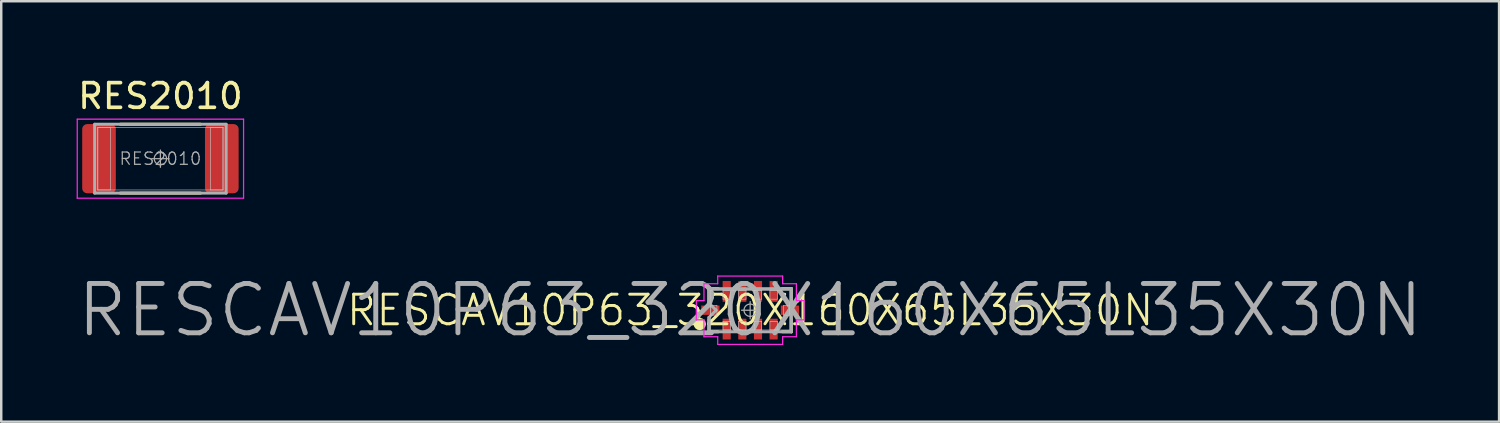
<source format=kicad_pcb>
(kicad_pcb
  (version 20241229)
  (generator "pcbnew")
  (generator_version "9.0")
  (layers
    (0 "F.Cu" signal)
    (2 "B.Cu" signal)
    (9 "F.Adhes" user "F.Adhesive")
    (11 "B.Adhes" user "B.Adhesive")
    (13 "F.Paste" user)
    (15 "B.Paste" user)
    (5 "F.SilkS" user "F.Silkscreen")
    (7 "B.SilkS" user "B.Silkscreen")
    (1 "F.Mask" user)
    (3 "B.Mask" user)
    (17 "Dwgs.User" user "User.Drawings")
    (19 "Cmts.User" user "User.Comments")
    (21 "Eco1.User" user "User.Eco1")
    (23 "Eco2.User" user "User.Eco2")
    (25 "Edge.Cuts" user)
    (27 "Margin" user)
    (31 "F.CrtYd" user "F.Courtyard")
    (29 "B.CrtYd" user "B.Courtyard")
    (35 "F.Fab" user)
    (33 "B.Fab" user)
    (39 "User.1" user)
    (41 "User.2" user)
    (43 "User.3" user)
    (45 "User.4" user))
  (footprint "RESCAV10P63_320X160X65L35X30N"
    (layer "F.Cu")
    (at 27.386 9.537)
    (property "Reference" "RESCAV10P63_320X160X65L35X30N" (at 0 0 0) (layer "F.SilkS") (effects (font (size 1.2 1.2) (thickness 0.12))))
    (attr smd)
    (fp_line (start -1.675 -0.875) (end -1.297 -0.875) (stroke (width 0.12) (type solid)) (layer "F.SilkS"))
    (fp_line (start -1.675 -0.37) (end -1.675 -0.875) (stroke (width 0.12) (type solid)) (layer "F.SilkS"))
    (fp_line (start -1.675 0.875) (end -1.675 0.37) (stroke (width 0.12) (type solid)) (layer "F.SilkS"))
    (fp_line (start -1.297 0.875) (end -1.675 0.875) (stroke (width 0.12) (type solid)) (layer "F.SilkS"))
    (fp_line (start 1.297 -0.875) (end 1.675 -0.875) (stroke (width 0.12) (type solid)) (layer "F.SilkS"))
    (fp_line (start 1.675 -0.875) (end 1.675 -0.37) (stroke (width 0.12) (type solid)) (layer "F.SilkS"))
    (fp_line (start 1.675 0.37) (end 1.675 0.875) (stroke (width 0.12) (type solid)) (layer "F.SilkS"))
    (fp_line (start 1.675 0.875) (end 1.297 0.875) (stroke (width 0.12) (type solid)) (layer "F.SilkS"))
    (fp_circle (center -2.045 0.56) (end -2.045 0.685) (stroke (width 0.25) (type solid)) (fill no) (layer "F.SilkS"))
    (fp_line (start -1.6 -0.8) (end 1.6 -0.8) (stroke (width 0.025) (type solid)) (layer "Dwgs.User"))
    (fp_line (start -1.6 -0.2) (end -1.35 -0.2) (stroke (width 0.025) (type solid)) (layer "Dwgs.User"))
    (fp_line (start -1.6 0.2) (end -1.6 -0.2) (stroke (width 0.025) (type solid)) (layer "Dwgs.User"))
    (fp_line (start -1.6 0.8) (end -1.6 -0.8) (stroke (width 0.025) (type solid)) (layer "Dwgs.User"))
    (fp_line (start -1.35 -0.2) (end -1.35 0.2) (stroke (width 0.025) (type solid)) (layer "Dwgs.User"))
    (fp_line (start -1.35 0.2) (end -1.6 0.2) (stroke (width 0.025) (type solid)) (layer "Dwgs.User"))
    (fp_line (start -1.102 -0.8) (end -0.802 -0.8) (stroke (width 0.025) (type solid)) (layer "Dwgs.User"))
    (fp_line (start -1.102 -0.45) (end -1.102 -0.8) (stroke (width 0.025) (type solid)) (layer "Dwgs.User"))
    (fp_line (start -1.102 0.45) (end -0.802 0.45) (stroke (width 0.025) (type solid)) (layer "Dwgs.User"))
    (fp_line (start -1.102 0.8) (end -1.102 0.45) (stroke (width 0.025) (type solid)) (layer "Dwgs.User"))
    (fp_line (start -0.802 -0.8) (end -0.802 -0.45) (stroke (width 0.025) (type solid)) (layer "Dwgs.User"))
    (fp_line (start -0.802 -0.45) (end -1.102 -0.45) (stroke (width 0.025) (type solid)) (layer "Dwgs.User"))
    (fp_line (start -0.802 0.45) (end -0.802 0.8) (stroke (width 0.025) (type solid)) (layer "Dwgs.User"))
    (fp_line (start -0.802 0.8) (end -1.102 0.8) (stroke (width 0.025) (type solid)) (layer "Dwgs.User"))
    (fp_line (start -0.468 -0.8) (end -0.168 -0.8) (stroke (width 0.025) (type solid)) (layer "Dwgs.User"))
    (fp_line (start -0.468 -0.45) (end -0.468 -0.8) (stroke (width 0.025) (type solid)) (layer "Dwgs.User"))
    (fp_line (start -0.468 0.45) (end -0.168 0.45) (stroke (width 0.025) (type solid)) (layer "Dwgs.User"))
    (fp_line (start -0.468 0.8) (end -0.468 0.45) (stroke (width 0.025) (type solid)) (layer "Dwgs.User"))
    (fp_line (start -0.168 -0.8) (end -0.168 -0.45) (stroke (width 0.025) (type solid)) (layer "Dwgs.User"))
    (fp_line (start -0.168 -0.45) (end -0.468 -0.45) (stroke (width 0.025) (type solid)) (layer "Dwgs.User"))
    (fp_line (start -0.168 0.45) (end -0.168 0.8) (stroke (width 0.025) (type solid)) (layer "Dwgs.User"))
    (fp_line (start -0.168 0.8) (end -0.468 0.8) (stroke (width 0.025) (type solid)) (layer "Dwgs.User"))
    (fp_line (start 0.168 -0.8) (end 0.468 -0.8) (stroke (width 0.025) (type solid)) (layer "Dwgs.User"))
    (fp_line (start 0.168 -0.45) (end 0.168 -0.8) (stroke (width 0.025) (type solid)) (layer "Dwgs.User"))
    (fp_line (start 0.168 0.45) (end 0.468 0.45) (stroke (width 0.025) (type solid)) (layer "Dwgs.User"))
    (fp_line (start 0.168 0.8) (end 0.168 0.45) (stroke (width 0.025) (type solid)) (layer "Dwgs.User"))
    (fp_line (start 0.468 -0.8) (end 0.468 -0.45) (stroke (width 0.025) (type solid)) (layer "Dwgs.User"))
    (fp_line (start 0.468 -0.45) (end 0.168 -0.45) (stroke (width 0.025) (type solid)) (layer "Dwgs.User"))
    (fp_line (start 0.468 0.45) (end 0.468 0.8) (stroke (width 0.025) (type solid)) (layer "Dwgs.User"))
    (fp_line (start 0.468 0.8) (end 0.168 0.8) (stroke (width 0.025) (type solid)) (layer "Dwgs.User"))
    (fp_line (start 0.802 -0.8) (end 1.102 -0.8) (stroke (width 0.025) (type solid)) (layer "Dwgs.User"))
    (fp_line (start 0.802 -0.45) (end 0.802 -0.8) (stroke (width 0.025) (type solid)) (layer "Dwgs.User"))
    (fp_line (start 0.802 0.45) (end 1.102 0.45) (stroke (width 0.025) (type solid)) (layer "Dwgs.User"))
    (fp_line (start 0.802 0.8) (end 0.802 0.45) (stroke (width 0.025) (type solid)) (layer "Dwgs.User"))
    (fp_line (start 1.102 -0.8) (end 1.102 -0.45) (stroke (width 0.025) (type solid)) (layer "Dwgs.User"))
    (fp_line (start 1.102 -0.45) (end 0.802 -0.45) (stroke (width 0.025) (type solid)) (layer "Dwgs.User"))
    (fp_line (start 1.102 0.45) (end 1.102 0.8) (stroke (width 0.025) (type solid)) (layer "Dwgs.User"))
    (fp_line (start 1.102 0.8) (end 0.802 0.8) (stroke (width 0.025) (type solid)) (layer "Dwgs.User"))
    (fp_line (start 1.35 -0.2) (end 1.6 -0.2) (stroke (width 0.025) (type solid)) (layer "Dwgs.User"))
    (fp_line (start 1.35 0.2) (end 1.35 -0.2) (stroke (width 0.025) (type solid)) (layer "Dwgs.User"))
    (fp_line (start 1.6 -0.8) (end 1.6 0.8) (stroke (width 0.025) (type solid)) (layer "Dwgs.User"))
    (fp_line (start 1.6 -0.2) (end 1.6 0.2) (stroke (width 0.025) (type solid)) (layer "Dwgs.User"))
    (fp_line (start 1.6 0.2) (end 1.35 0.2) (stroke (width 0.025) (type solid)) (layer "Dwgs.User"))
    (fp_line (start 1.6 0.8) (end -1.6 0.8) (stroke (width 0.025) (type solid)) (layer "Dwgs.User"))
    (fp_line (start -2.185 -0.39) (end -2.185 0.39) (stroke (width 0.05) (type solid)) (layer "F.CrtYd"))
    (fp_line (start -2.185 0.39) (end -1.875 0.39) (stroke (width 0.05) (type solid)) (layer "F.CrtYd"))
    (fp_line (start -1.875 -1.075) (end -1.875 -0.39) (stroke (width 0.05) (type solid)) (layer "F.CrtYd"))
    (fp_line (start -1.875 -0.39) (end -2.185 -0.39) (stroke (width 0.05) (type solid)) (layer "F.CrtYd"))
    (fp_line (start -1.875 0.39) (end -1.875 1.075) (stroke (width 0.05) (type solid)) (layer "F.CrtYd"))
    (fp_line (start -1.875 1.075) (end -1.317 1.075) (stroke (width 0.05) (type solid)) (layer "F.CrtYd"))
    (fp_line (start -1.317 -1.386) (end -1.317 -1.075) (stroke (width 0.05) (type solid)) (layer "F.CrtYd"))
    (fp_line (start -1.317 -1.075) (end -1.875 -1.075) (stroke (width 0.05) (type solid)) (layer "F.CrtYd"))
    (fp_line (start -1.317 1.075) (end -1.317 1.386) (stroke (width 0.05) (type solid)) (layer "F.CrtYd"))
    (fp_line (start -1.317 1.386) (end 1.317 1.386) (stroke (width 0.05) (type solid)) (layer "F.CrtYd"))
    (fp_line (start 1.317 -1.386) (end -1.317 -1.386) (stroke (width 0.05) (type solid)) (layer "F.CrtYd"))
    (fp_line (start 1.317 -1.075) (end 1.317 -1.386) (stroke (width 0.05) (type solid)) (layer "F.CrtYd"))
    (fp_line (start 1.317 1.075) (end 1.875 1.075) (stroke (width 0.05) (type solid)) (layer "F.CrtYd"))
    (fp_line (start 1.317 1.386) (end 1.317 1.075) (stroke (width 0.05) (type solid)) (layer "F.CrtYd"))
    (fp_line (start 1.875 -1.075) (end 1.317 -1.075) (stroke (width 0.05) (type solid)) (layer "F.CrtYd"))
    (fp_line (start 1.875 -0.39) (end 1.875 -1.075) (stroke (width 0.05) (type solid)) (layer "F.CrtYd"))
    (fp_line (start 1.875 0.39) (end 2.185 0.39) (stroke (width 0.05) (type solid)) (layer "F.CrtYd"))
    (fp_line (start 1.875 1.075) (end 1.875 0.39) (stroke (width 0.05) (type solid)) (layer "F.CrtYd"))
    (fp_line (start 2.185 -0.39) (end 1.875 -0.39) (stroke (width 0.05) (type solid)) (layer "F.CrtYd"))
    (fp_line (start 2.185 0.39) (end 2.185 -0.39) (stroke (width 0.05) (type solid)) (layer "F.CrtYd"))
    (fp_line (start -1.675 -0.875) (end 1.675 -0.875) (stroke (width 0.12) (type solid)) (layer "F.Fab"))
    (fp_line (start -1.675 -0.292) (end -1.675 -0.875) (stroke (width 0.12) (type solid)) (layer "F.Fab"))
    (fp_line (start -1.675 0.292) (end -1.383 0) (stroke (width 0.12) (type solid)) (layer "F.Fab"))
    (fp_line (start -1.675 0.875) (end -1.675 0.292) (stroke (width 0.12) (type solid)) (layer "F.Fab"))
    (fp_line (start -1.383 0) (end -1.675 -0.292) (stroke (width 0.12) (type solid)) (layer "F.Fab"))
    (fp_line (start -0.35 0) (end 0.35 0) (stroke (width 0.05) (type solid)) (layer "F.Fab"))
    (fp_line (start 0 -0.35) (end 0 0.35) (stroke (width 0.05) (type solid)) (layer "F.Fab"))
    (fp_line (start 1.675 -0.875) (end 1.675 0.875) (stroke (width 0.12) (type solid)) (layer "F.Fab"))
    (fp_line (start 1.675 0.875) (end -1.675 0.875) (stroke (width 0.12) (type solid)) (layer "F.Fab"))
    (fp_circle (center 0 0) (end 0.25 0) (stroke (width 0.05) (type solid)) (fill no) (layer "F.Fab"))
    (fp_text user "${REFERENCE}" (at 0 0 0) (layer "F.Fab") (effects (font (size 2 2) (thickness 0.2))))
    (pad "1" smd rect (at -1.615 0) (size 0.741 0.379) (layers "F.Cu" "F.Mask" "F.Paste"))
    (pad "2" smd rect (at -0.952 0.765 90) (size 0.841 0.329) (layers "F.Cu" "F.Mask" "F.Paste"))
    (pad "3" smd rect (at -0.318 0.765 90) (size 0.841 0.329) (layers "F.Cu" "F.Mask" "F.Paste"))
    (pad "4" smd rect (at 0.318 0.765 90) (size 0.841 0.329) (layers "F.Cu" "F.Mask" "F.Paste"))
    (pad "5" smd rect (at 0.952 0.765 90) (size 0.841 0.329) (layers "F.Cu" "F.Mask" "F.Paste"))
    (pad "6" smd rect (at 1.615 0) (size 0.741 0.379) (layers "F.Cu" "F.Mask" "F.Paste"))
    (pad "7" smd rect (at 0.952 -0.765 90) (size 0.841 0.329) (layers "F.Cu" "F.Mask" "F.Paste"))
    (pad "8" smd rect (at 0.318 -0.765 90) (size 0.841 0.329) (layers "F.Cu" "F.Mask" "F.Paste"))
    (pad "9" smd rect (at -0.318 -0.765 90) (size 0.841 0.329) (layers "F.Cu" "F.Mask" "F.Paste"))
    (pad "10" smd rect (at -0.952 -0.765 90) (size 0.841 0.329) (layers "F.Cu" "F.Mask" "F.Paste")))
  (footprint "RES2010"
    (layer "F.Cu")
    (at 3.458 3.388)
    (property "Reference" "RES2010" (at 0 -2.54 0) (layer "F.SilkS") (effects (font (size 1 1) (thickness 0.15))))
    (attr smd)
    (fp_line (start -1.628 -1.397) (end 1.628 -1.397) (stroke (width 0.12) (type solid)) (layer "F.SilkS"))
    (fp_line (start -1.628 1.397) (end 1.628 1.397) (stroke (width 0.12) (type solid)) (layer "F.SilkS"))
    (fp_line (start -2.54 -1.27) (end -2.032 -1.27) (stroke (width 0.025) (type solid)) (layer "Dwgs.User"))
    (fp_line (start -2.54 -1.27) (end 2.54 -1.27) (stroke (width 0.025) (type solid)) (layer "Dwgs.User"))
    (fp_line (start -2.54 1.27) (end -2.54 -1.27) (stroke (width 0.025) (type solid)) (layer "Dwgs.User"))
    (fp_line (start -2.54 1.27) (end -2.54 -1.27) (stroke (width 0.025) (type solid)) (layer "Dwgs.User"))
    (fp_line (start -2.032 -1.27) (end -2.032 1.27) (stroke (width 0.025) (type solid)) (layer "Dwgs.User"))
    (fp_line (start -2.032 1.27) (end -2.54 1.27) (stroke (width 0.025) (type solid)) (layer "Dwgs.User"))
    (fp_line (start 2.032 -1.27) (end 2.54 -1.27) (stroke (width 0.025) (type solid)) (layer "Dwgs.User"))
    (fp_line (start 2.032 1.27) (end 2.032 -1.27) (stroke (width 0.025) (type solid)) (layer "Dwgs.User"))
    (fp_line (start 2.54 -1.27) (end 2.54 1.27) (stroke (width 0.025) (type solid)) (layer "Dwgs.User"))
    (fp_line (start 2.54 -1.27) (end 2.54 1.27) (stroke (width 0.025) (type solid)) (layer "Dwgs.User"))
    (fp_line (start 2.54 1.27) (end -2.54 1.27) (stroke (width 0.025) (type solid)) (layer "Dwgs.User"))
    (fp_line (start 2.54 1.27) (end 2.032 1.27) (stroke (width 0.025) (type solid)) (layer "Dwgs.User"))
    (fp_line (start -3.374 -1.603) (end 3.374 -1.603) (stroke (width 0.05) (type solid)) (layer "F.CrtYd"))
    (fp_line (start -3.374 1.603) (end -3.374 -1.603) (stroke (width 0.05) (type solid)) (layer "F.CrtYd"))
    (fp_line (start 3.374 -1.603) (end 3.374 1.603) (stroke (width 0.05) (type solid)) (layer "F.CrtYd"))
    (fp_line (start 3.374 1.603) (end -3.374 1.603) (stroke (width 0.05) (type solid)) (layer "F.CrtYd"))
    (fp_line (start -2.667 -1.397) (end 2.667 -1.397) (stroke (width 0.12) (type solid)) (layer "F.Fab"))
    (fp_line (start -2.667 1.397) (end -2.667 -1.397) (stroke (width 0.12) (type solid)) (layer "F.Fab"))
    (fp_line (start 0 -0.35) (end 0 0.35) (stroke (width 0.05) (type solid)) (layer "F.Fab"))
    (fp_line (start 0.35 0) (end -0.35 0) (stroke (width 0.05) (type solid)) (layer "F.Fab"))
    (fp_line (start 2.667 -1.397) (end 2.667 1.397) (stroke (width 0.12) (type solid)) (layer "F.Fab"))
    (fp_line (start 2.667 1.397) (end -2.667 1.397) (stroke (width 0.12) (type solid)) (layer "F.Fab"))
    (fp_circle (center 0 0) (end 0.25 0) (stroke (width 0.05) (type solid)) (fill no) (layer "F.Fab"))
    (fp_text user "${REFERENCE}" (at 0 0 0) (layer "F.Fab") (effects (font (size 0.5 0.5) (thickness 0.05))))
    (pad "1" smd roundrect (at -2.491 0) (size 1.365 2.806) (layers "F.Cu" "F.Mask" "F.Paste") (roundrect_rratio 0.146))
    (pad "2" smd roundrect (at 2.491 0) (size 1.365 2.806) (layers "F.Cu" "F.Mask" "F.Paste") (roundrect_rratio 0.146)))
  (gr_rect
    (start -3 -3)
    (end 57.771 14.058)
    (stroke (width 0.1) (type default))
    (fill no)
    (layer "Edge.Cuts")))
</source>
